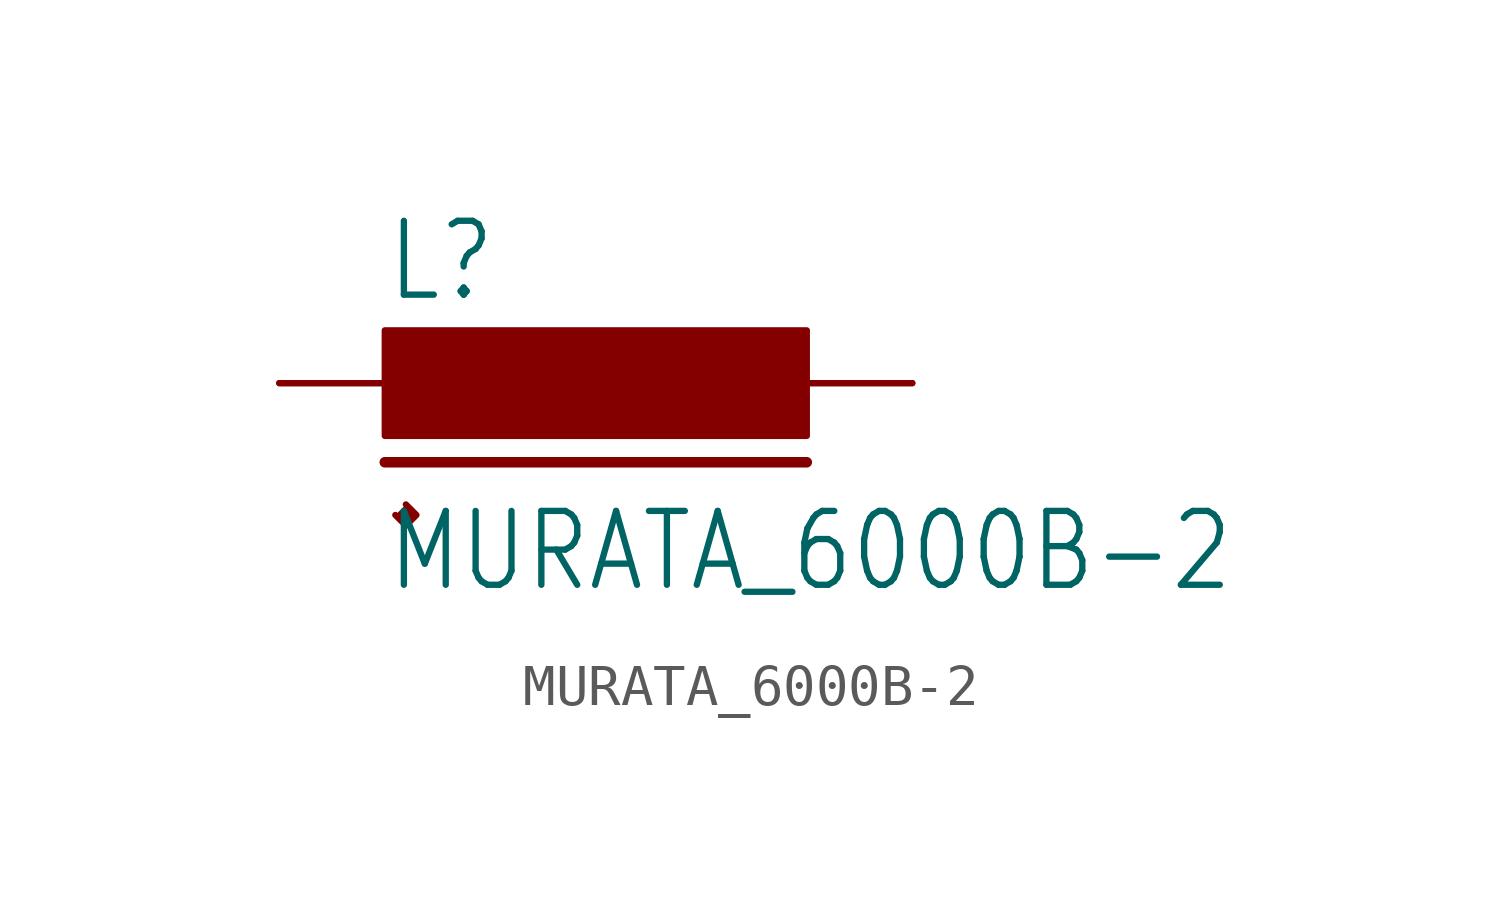
<source format=kicad_sym>
(kicad_symbol_lib
  (version 20211014)
  (generator kicad_symbol_editor)
  (symbol "MURATA_6000B-2"
    (property "Reference" "L"
      (at -5.08 1.905 0)
      (effects (font (size 1.778 1.511)) (justify left bottom)))
    (property "Value" "MURATA_6000B-2"
      (at -5.08 -5.08 0)
      (effects (font (size 1.778 1.511)) (justify left bottom)))
    (property "ki_locked" ""
      (at 0 0 0)
      (effects (font (size 1.27 1.27))))
    (symbol "MURATA_6000B-2_1_0"
      (rectangle (start -5.08 -1.27) (end 5.08 1.27) (stroke (width 0) (type default) (color 0 0 0 0)) (fill (type outline)))
      (polyline (pts (xy -5.08 -1.905) (xy 5.08 -1.905)) (stroke (width 0.254) (type default) (color 0 0 0 0)) (fill (type none)))
      (polyline (pts (xy -4.826 -3.175) (xy -4.572 -3.429) (xy -4.318 -3.175) (xy -4.572 -2.921)) (stroke (width 0) (type default) (color 0 0 0 0)) (fill (type outline)))
      (pin bidirectional line (at 7.62 0 180) (length 2.54) (name "P$1" (effects (font (size 0 0)))) (number "1" (effects (font (size 0 0)))))
      (pin bidirectional line (at 7.62 0 180) (length 2.54) (name "P$1" (effects (font (size 0 0)))) (number "1.1" (effects (font (size 0 0)))))
      (pin bidirectional line (at -7.62 0 0) (length 2.54) (name "P$2" (effects (font (size 0 0)))) (number "2" (effects (font (size 0 0)))))
      (pin bidirectional line (at -7.62 0 0) (length 2.54) (name "P$2" (effects (font (size 0 0)))) (number "2.1" (effects (font (size 0 0))))))))
</source>
